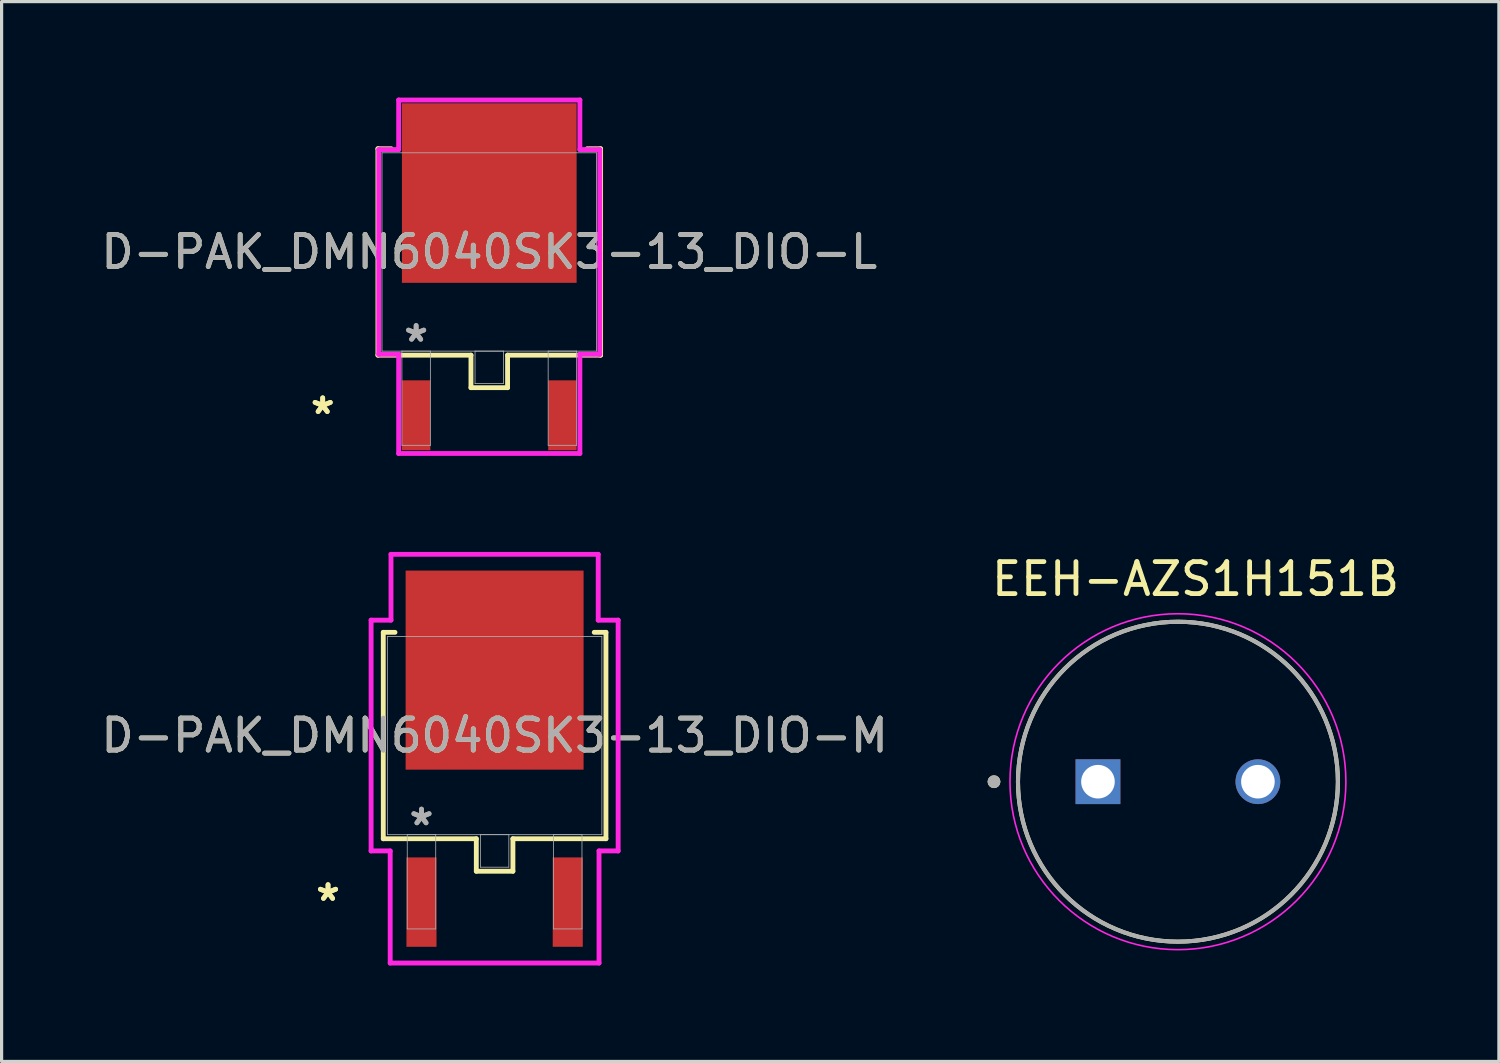
<source format=kicad_pcb>
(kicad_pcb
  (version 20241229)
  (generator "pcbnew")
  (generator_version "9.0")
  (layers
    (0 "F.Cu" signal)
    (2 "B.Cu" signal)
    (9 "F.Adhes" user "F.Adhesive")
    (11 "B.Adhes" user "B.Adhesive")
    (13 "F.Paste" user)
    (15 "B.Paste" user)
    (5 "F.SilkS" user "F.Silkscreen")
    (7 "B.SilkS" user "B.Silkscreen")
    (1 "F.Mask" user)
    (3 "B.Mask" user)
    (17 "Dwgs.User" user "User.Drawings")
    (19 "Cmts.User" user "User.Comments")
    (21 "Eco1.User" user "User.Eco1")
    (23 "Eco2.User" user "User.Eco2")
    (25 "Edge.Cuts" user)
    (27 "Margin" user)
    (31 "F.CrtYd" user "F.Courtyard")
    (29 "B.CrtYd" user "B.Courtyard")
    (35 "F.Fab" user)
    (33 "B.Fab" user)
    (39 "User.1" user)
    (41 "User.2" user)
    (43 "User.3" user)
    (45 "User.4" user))
  (footprint "EEH-AZS1H151B"
    (layer "F.Cu")
    (at 33.771 21.385)
    (property "Reference" "EEH-AZS1H151B" (at 0.55 -6.335 0) (layer "F.SilkS") (effects (font (size 1 1) (thickness 0.15))))
    (attr through_hole)
    (fp_circle (center -5.75 0) (end -5.65 0) (stroke (width 0.2) (type solid)) (fill no) (layer "F.SilkS"))
    (fp_circle (center 0 0) (end 5 0) (stroke (width 0.127) (type solid)) (fill no) (layer "F.SilkS"))
    (fp_circle (center 0 0) (end 5.25 0) (stroke (width 0.05) (type solid)) (fill no) (layer "F.CrtYd"))
    (fp_circle (center -5.75 0) (end -5.65 0) (stroke (width 0.2) (type solid)) (fill no) (layer "F.Fab"))
    (fp_circle (center 0 0) (end 5 0) (stroke (width 0.127) (type solid)) (fill no) (layer "F.Fab"))
    (pad "N" thru_hole circle (at 2.5 0) (size 1.4 1.4) (drill 1.05) (layers "*.Cu" "*.Mask"))
    (pad "P" thru_hole rect (at -2.5 0) (size 1.4 1.4) (drill 1.05) (layers "*.Cu" "*.Mask")))
  (footprint "D-PAK_DMN6040SK3-13_DIO-M"
    (layer "F.Cu")
    (at 12.411 19.942)
    (property "Reference" "D-PAK_DMN6040SK3-13_DIO-M" (at 0 0 0) (unlocked yes) (layer "F.SilkS") (effects (font (size 1 1) (thickness 0.15))))
    (attr smd)
    (fp_line (start -3.48 -3.226) (end -3.48 3.226) (stroke (width 0.152) (type solid)) (layer "F.SilkS"))
    (fp_line (start -3.48 3.226) (end -0.572 3.226) (stroke (width 0.152) (type solid)) (layer "F.SilkS"))
    (fp_line (start -3.114 -3.226) (end -3.48 -3.226) (stroke (width 0.152) (type solid)) (layer "F.SilkS"))
    (fp_line (start -0.572 3.226) (end -0.572 4.242) (stroke (width 0.152) (type solid)) (layer "F.SilkS"))
    (fp_line (start -0.572 4.242) (end 0.572 4.242) (stroke (width 0.152) (type solid)) (layer "F.SilkS"))
    (fp_line (start 0.572 3.226) (end 3.48 3.226) (stroke (width 0.152) (type solid)) (layer "F.SilkS"))
    (fp_line (start 0.572 4.242) (end 0.572 3.226) (stroke (width 0.152) (type solid)) (layer "F.SilkS"))
    (fp_line (start 3.48 -3.226) (end 3.114 -3.226) (stroke (width 0.152) (type solid)) (layer "F.SilkS"))
    (fp_line (start 3.48 3.226) (end 3.48 -3.226) (stroke (width 0.152) (type solid)) (layer "F.SilkS"))
    (fp_line (start -3.861 -3.607) (end -3.239 -3.607) (stroke (width 0.152) (type solid)) (layer "F.CrtYd"))
    (fp_line (start -3.861 3.607) (end -3.861 -3.607) (stroke (width 0.152) (type solid)) (layer "F.CrtYd"))
    (fp_line (start -3.264 3.607) (end -3.861 3.607) (stroke (width 0.152) (type solid)) (layer "F.CrtYd"))
    (fp_line (start -3.264 7.112) (end -3.264 3.607) (stroke (width 0.152) (type solid)) (layer "F.CrtYd"))
    (fp_line (start -3.239 -5.664) (end 3.239 -5.664) (stroke (width 0.152) (type solid)) (layer "F.CrtYd"))
    (fp_line (start -3.239 -3.607) (end -3.239 -5.664) (stroke (width 0.152) (type solid)) (layer "F.CrtYd"))
    (fp_line (start 3.239 -5.664) (end 3.239 -3.607) (stroke (width 0.152) (type solid)) (layer "F.CrtYd"))
    (fp_line (start 3.239 -3.607) (end 3.861 -3.607) (stroke (width 0.152) (type solid)) (layer "F.CrtYd"))
    (fp_line (start 3.264 3.607) (end 3.264 7.112) (stroke (width 0.152) (type solid)) (layer "F.CrtYd"))
    (fp_line (start 3.264 7.112) (end -3.264 7.112) (stroke (width 0.152) (type solid)) (layer "F.CrtYd"))
    (fp_line (start 3.861 -3.607) (end 3.861 3.607) (stroke (width 0.152) (type solid)) (layer "F.CrtYd"))
    (fp_line (start 3.861 3.607) (end 3.264 3.607) (stroke (width 0.152) (type solid)) (layer "F.CrtYd"))
    (fp_line (start -3.353 -3.099) (end -3.353 3.099) (stroke (width 0.025) (type solid)) (layer "F.Fab"))
    (fp_line (start -3.353 3.099) (end 3.353 3.099) (stroke (width 0.025) (type solid)) (layer "F.Fab"))
    (fp_line (start -2.731 3.099) (end -2.731 6.045) (stroke (width 0.025) (type solid)) (layer "F.Fab"))
    (fp_line (start -2.731 6.045) (end -1.841 6.045) (stroke (width 0.025) (type solid)) (layer "F.Fab"))
    (fp_line (start -1.841 3.099) (end -2.731 3.099) (stroke (width 0.025) (type solid)) (layer "F.Fab"))
    (fp_line (start -1.841 6.045) (end -1.841 3.099) (stroke (width 0.025) (type solid)) (layer "F.Fab"))
    (fp_line (start -0.445 3.099) (end -0.445 4.115) (stroke (width 0.025) (type solid)) (layer "F.Fab"))
    (fp_line (start -0.445 4.115) (end 0.445 4.115) (stroke (width 0.025) (type solid)) (layer "F.Fab"))
    (fp_line (start 0.445 3.099) (end -0.445 3.099) (stroke (width 0.025) (type solid)) (layer "F.Fab"))
    (fp_line (start 0.445 4.115) (end 0.445 3.099) (stroke (width 0.025) (type solid)) (layer "F.Fab"))
    (fp_line (start 1.841 3.099) (end 1.841 6.045) (stroke (width 0.025) (type solid)) (layer "F.Fab"))
    (fp_line (start 1.841 6.045) (end 2.731 6.045) (stroke (width 0.025) (type solid)) (layer "F.Fab"))
    (fp_line (start 2.731 3.099) (end 1.841 3.099) (stroke (width 0.025) (type solid)) (layer "F.Fab"))
    (fp_line (start 2.731 6.045) (end 2.731 3.099) (stroke (width 0.025) (type solid)) (layer "F.Fab"))
    (fp_line (start 3.353 -3.099) (end -3.353 -3.099) (stroke (width 0.025) (type solid)) (layer "F.Fab"))
    (fp_line (start 3.353 3.099) (end 3.353 -3.099) (stroke (width 0.025) (type solid)) (layer "F.Fab"))
    (fp_text user "*" (at -5.207 5.207 0) (unlocked yes) (layer "F.SilkS") (effects (font (size 1 1) (thickness 0.15))))
    (fp_text user "*" (at -5.207 5.207 0) (layer "F.SilkS") (effects (font (size 1 1) (thickness 0.15))))
    (fp_text user "${REFERENCE}" (at 0 0 0) (unlocked yes) (layer "F.Fab") (effects (font (size 1 1) (thickness 0.15))))
    (fp_text user "*" (at -2.286 2.845 0) (unlocked yes) (layer "F.Fab") (effects (font (size 1 1) (thickness 0.15))))
    (fp_text user "*" (at -2.286 2.845 0) (layer "F.Fab") (effects (font (size 1 1) (thickness 0.15))))
    (pad "1" smd rect (at -2.286 5.207) (size 0.94 2.794) (layers "F.Cu" "F.Mask" "F.Paste"))
    (pad "2" smd rect (at 2.286 5.207) (size 0.94 2.794) (layers "F.Cu" "F.Mask" "F.Paste"))
    (pad "3" smd rect (at 0 -2.045) (size 5.563 6.223) (layers "F.Cu" "F.Mask" "F.Paste")))
  (footprint "D-PAK_DMN6040SK3-13_DIO-L"
    (layer "F.Cu")
    (at 12.244 4.826)
    (property "Reference" "D-PAK_DMN6040SK3-13_DIO-L" (at 0 0 0) (unlocked yes) (layer "F.SilkS") (effects (font (size 1 1) (thickness 0.15))))
    (attr smd)
    (fp_line (start -3.48 -3.226) (end -3.48 3.226) (stroke (width 0.152) (type solid)) (layer "F.SilkS"))
    (fp_line (start -3.48 3.226) (end -0.572 3.226) (stroke (width 0.152) (type solid)) (layer "F.SilkS"))
    (fp_line (start -3.063 -3.226) (end -3.48 -3.226) (stroke (width 0.152) (type solid)) (layer "F.SilkS"))
    (fp_line (start -0.572 3.226) (end -0.572 4.242) (stroke (width 0.152) (type solid)) (layer "F.SilkS"))
    (fp_line (start -0.572 4.242) (end 0.572 4.242) (stroke (width 0.152) (type solid)) (layer "F.SilkS"))
    (fp_line (start 0.572 3.226) (end 3.48 3.226) (stroke (width 0.152) (type solid)) (layer "F.SilkS"))
    (fp_line (start 0.572 4.242) (end 0.572 3.226) (stroke (width 0.152) (type solid)) (layer "F.SilkS"))
    (fp_line (start 3.48 -3.226) (end 3.063 -3.226) (stroke (width 0.152) (type solid)) (layer "F.SilkS"))
    (fp_line (start 3.48 3.226) (end 3.48 -3.226) (stroke (width 0.152) (type solid)) (layer "F.SilkS"))
    (fp_line (start -3.454 -3.2) (end -2.832 -3.2) (stroke (width 0.152) (type solid)) (layer "F.CrtYd"))
    (fp_line (start -3.454 3.2) (end -3.454 -3.2) (stroke (width 0.152) (type solid)) (layer "F.CrtYd"))
    (fp_line (start -2.832 -4.75) (end 2.832 -4.75) (stroke (width 0.152) (type solid)) (layer "F.CrtYd"))
    (fp_line (start -2.832 -3.2) (end -2.832 -4.75) (stroke (width 0.152) (type solid)) (layer "F.CrtYd"))
    (fp_line (start -2.832 3.2) (end -3.454 3.2) (stroke (width 0.152) (type solid)) (layer "F.CrtYd"))
    (fp_line (start -2.832 6.299) (end -2.832 3.2) (stroke (width 0.152) (type solid)) (layer "F.CrtYd"))
    (fp_line (start 2.832 -4.75) (end 2.832 -3.2) (stroke (width 0.152) (type solid)) (layer "F.CrtYd"))
    (fp_line (start 2.832 -3.2) (end 3.454 -3.2) (stroke (width 0.152) (type solid)) (layer "F.CrtYd"))
    (fp_line (start 2.832 3.2) (end 2.832 6.299) (stroke (width 0.152) (type solid)) (layer "F.CrtYd"))
    (fp_line (start 2.832 6.299) (end -2.832 6.299) (stroke (width 0.152) (type solid)) (layer "F.CrtYd"))
    (fp_line (start 3.454 -3.2) (end 3.454 3.2) (stroke (width 0.152) (type solid)) (layer "F.CrtYd"))
    (fp_line (start 3.454 3.2) (end 2.832 3.2) (stroke (width 0.152) (type solid)) (layer "F.CrtYd"))
    (fp_line (start -3.353 -3.099) (end -3.353 3.099) (stroke (width 0.025) (type solid)) (layer "F.Fab"))
    (fp_line (start -3.353 3.099) (end 3.353 3.099) (stroke (width 0.025) (type solid)) (layer "F.Fab"))
    (fp_line (start -2.731 3.099) (end -2.731 6.045) (stroke (width 0.025) (type solid)) (layer "F.Fab"))
    (fp_line (start -2.731 6.045) (end -1.841 6.045) (stroke (width 0.025) (type solid)) (layer "F.Fab"))
    (fp_line (start -1.841 3.099) (end -2.731 3.099) (stroke (width 0.025) (type solid)) (layer "F.Fab"))
    (fp_line (start -1.841 6.045) (end -1.841 3.099) (stroke (width 0.025) (type solid)) (layer "F.Fab"))
    (fp_line (start -0.445 3.099) (end -0.445 4.115) (stroke (width 0.025) (type solid)) (layer "F.Fab"))
    (fp_line (start -0.445 4.115) (end 0.445 4.115) (stroke (width 0.025) (type solid)) (layer "F.Fab"))
    (fp_line (start 0.445 3.099) (end -0.445 3.099) (stroke (width 0.025) (type solid)) (layer "F.Fab"))
    (fp_line (start 0.445 4.115) (end 0.445 3.099) (stroke (width 0.025) (type solid)) (layer "F.Fab"))
    (fp_line (start 1.841 3.099) (end 1.841 6.045) (stroke (width 0.025) (type solid)) (layer "F.Fab"))
    (fp_line (start 1.841 6.045) (end 2.731 6.045) (stroke (width 0.025) (type solid)) (layer "F.Fab"))
    (fp_line (start 2.731 3.099) (end 1.841 3.099) (stroke (width 0.025) (type solid)) (layer "F.Fab"))
    (fp_line (start 2.731 6.045) (end 2.731 3.099) (stroke (width 0.025) (type solid)) (layer "F.Fab"))
    (fp_line (start 3.353 -3.099) (end -3.353 -3.099) (stroke (width 0.025) (type solid)) (layer "F.Fab"))
    (fp_line (start 3.353 3.099) (end 3.353 -3.099) (stroke (width 0.025) (type solid)) (layer "F.Fab"))
    (fp_text user "*" (at -5.207 5.105 0) (layer "F.SilkS") (effects (font (size 1 1) (thickness 0.15))))
    (fp_text user "*" (at -5.207 5.105 0) (unlocked yes) (layer "F.SilkS") (effects (font (size 1 1) (thickness 0.15))))
    (fp_text user "*" (at -2.286 2.845 0) (layer "F.Fab") (effects (font (size 1 1) (thickness 0.15))))
    (fp_text user "*" (at -2.286 2.845 0) (unlocked yes) (layer "F.Fab") (effects (font (size 1 1) (thickness 0.15))))
    (fp_text user "${REFERENCE}" (at 0 0 0) (unlocked yes) (layer "F.Fab") (effects (font (size 1 1) (thickness 0.15))))
    (pad "1" smd rect (at -2.286 5.105) (size 0.889 2.184) (layers "F.Cu" "F.Mask" "F.Paste"))
    (pad "2" smd rect (at 2.286 5.105) (size 0.889 2.184) (layers "F.Cu" "F.Mask" "F.Paste"))
    (pad "3" smd rect (at 0 -1.841) (size 5.461 5.613) (layers "F.Cu" "F.Mask" "F.Paste")))
  (gr_rect
    (start -3 -3)
    (end 43.804 30.13)
    (stroke (width 0.1) (type default))
    (fill no)
    (layer "Edge.Cuts")))
</source>
